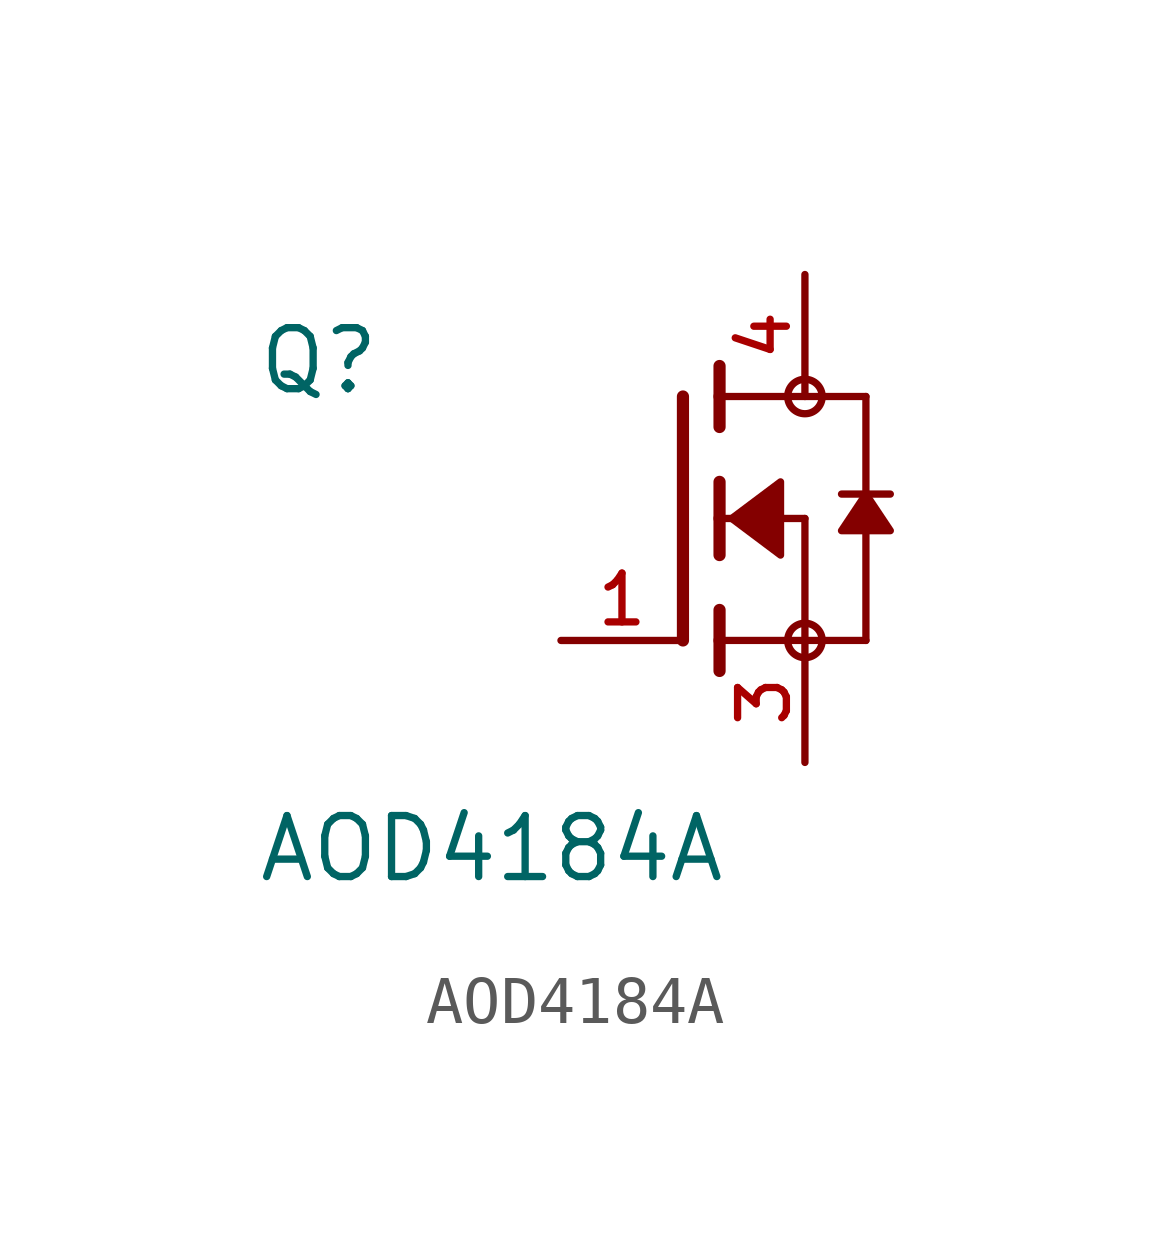
<source format=kicad_sym>
(kicad_symbol_lib
  (version 20211014)
  (generator kicad_symbol_editor)
  (symbol "AOD4184A"
    (pin_names
      (offset 1.016))
    (property "Reference" "Q"
      (at -8.89 2.54 0)
      (effects (font (size 1.27 1.27)) (justify bottom left)))
    (property "Value" "AOD4184A"
      (at -8.89 -7.62 0)
      (effects (font (size 1.27 1.27)) (justify bottom left)))
    (symbol "AOD4184A_0_0"
      (polyline (pts (xy 0.762 0.762) (xy 0.762 0.0)) (stroke (width 0.254)))
      (polyline (pts (xy 0.762 0.0) (xy 0.762 -0.762)) (stroke (width 0.254)))
      (polyline (pts (xy 0.762 3.175) (xy 0.762 2.54)) (stroke (width 0.254)))
      (polyline (pts (xy 0.762 2.54) (xy 0.762 1.905)) (stroke (width 0.254)))
      (polyline (pts (xy 0.762 0.0) (xy 2.54 0.0)) (stroke (width 0.152)))
      (polyline (pts (xy 2.54 0.0) (xy 2.54 -2.54)) (stroke (width 0.152)))
      (polyline (pts (xy 0.762 -1.905) (xy 0.762 -2.54)) (stroke (width 0.254)))
      (polyline (pts (xy 0.762 -2.54) (xy 0.762 -3.175)) (stroke (width 0.254)))
      (polyline (pts (xy 0.0 2.54) (xy 0.0 -2.54)) (stroke (width 0.254)))
      (polyline (pts (xy 2.54 -2.54) (xy 0.762 -2.54)) (stroke (width 0.152)))
      (polyline (pts (xy 3.81 2.54) (xy 3.81 0.508)) (stroke (width 0.152)))
      (polyline (pts (xy 3.81 0.508) (xy 3.81 -2.54)) (stroke (width 0.152)))
      (polyline (pts (xy 2.54 -2.54) (xy 3.81 -2.54)) (stroke (width 0.152)))
      (polyline (pts (xy 0.762 2.54) (xy 3.81 2.54)) (stroke (width 0.152)))
      (polyline (pts (xy 4.318 0.508) (xy 3.81 0.508)) (stroke (width 0.152)))
      (polyline (pts (xy 3.81 0.508) (xy 3.302 0.508)) (stroke (width 0.152)))
      (circle (center 2.54 -2.54) (radius 0.359) (stroke (width 0.0)) (fill (type none)))
      (circle (center 2.54 2.54) (radius 0.359) (stroke (width 0.0)) (fill (type none)))
      (polyline (pts (xy 3.81 0.508) (xy 3.302 -0.254) (xy 4.318 -0.254) (xy 3.81 0.508)) (stroke (width 0.152)) (fill (type outline)))
      (polyline (pts (xy 1.016 0.0) (xy 2.032 0.762) (xy 2.032 -0.762) (xy 1.016 0.0)) (stroke (width 0.152)) (fill (type outline)))
      (pin passive line (at 2.54 -5.08 90.0) (length 2.54) (name "~" (effects (font (size 1.016 1.016)))) (number "3" (effects (font (size 1.016 1.016)))))
      (pin passive line (at -2.54 -2.54 0) (length 2.54) (name "~" (effects (font (size 1.016 1.016)))) (number "1" (effects (font (size 1.016 1.016)))))
      (pin passive line (at 2.54 5.08 270.0) (length 2.54) (name "~" (effects (font (size 1.016 1.016)))) (number "4" (effects (font (size 1.016 1.016))))))))
</source>
